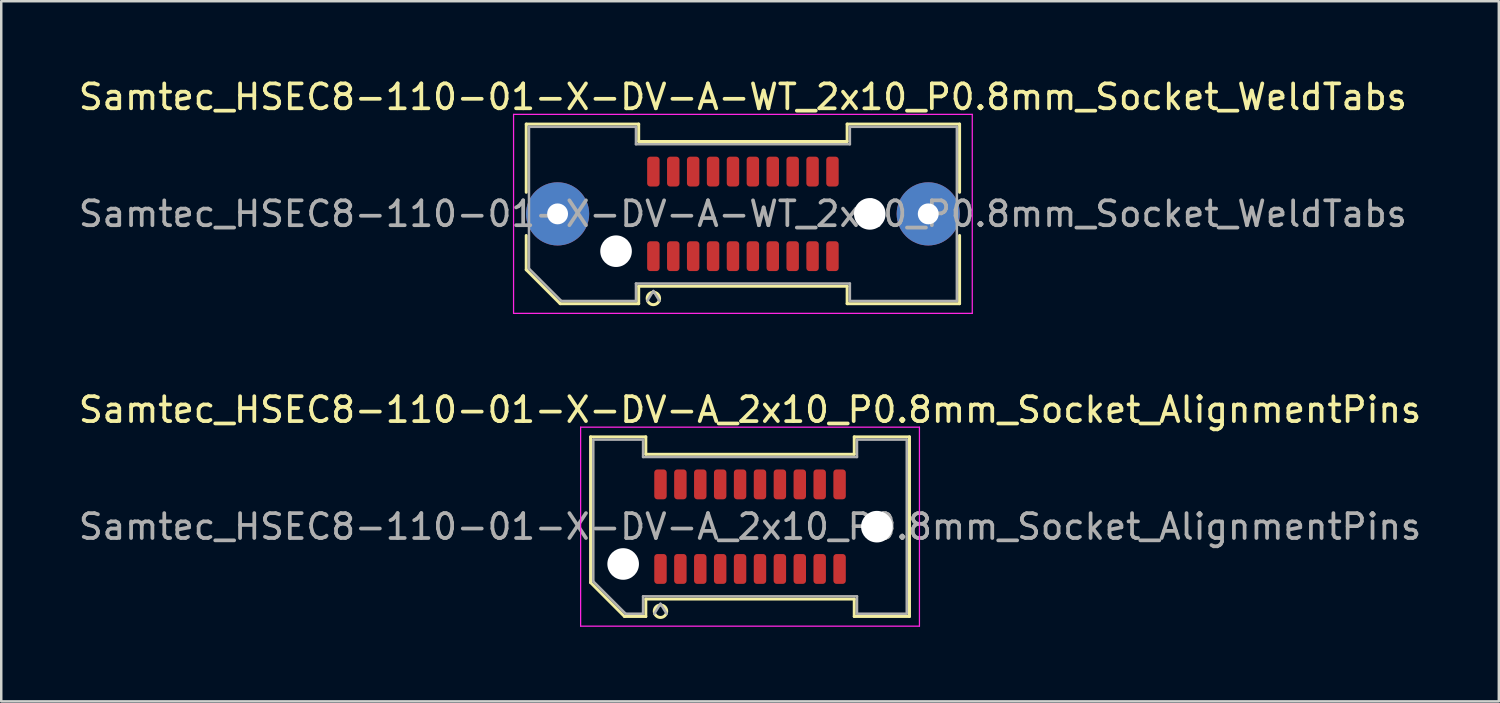
<source format=kicad_pcb>
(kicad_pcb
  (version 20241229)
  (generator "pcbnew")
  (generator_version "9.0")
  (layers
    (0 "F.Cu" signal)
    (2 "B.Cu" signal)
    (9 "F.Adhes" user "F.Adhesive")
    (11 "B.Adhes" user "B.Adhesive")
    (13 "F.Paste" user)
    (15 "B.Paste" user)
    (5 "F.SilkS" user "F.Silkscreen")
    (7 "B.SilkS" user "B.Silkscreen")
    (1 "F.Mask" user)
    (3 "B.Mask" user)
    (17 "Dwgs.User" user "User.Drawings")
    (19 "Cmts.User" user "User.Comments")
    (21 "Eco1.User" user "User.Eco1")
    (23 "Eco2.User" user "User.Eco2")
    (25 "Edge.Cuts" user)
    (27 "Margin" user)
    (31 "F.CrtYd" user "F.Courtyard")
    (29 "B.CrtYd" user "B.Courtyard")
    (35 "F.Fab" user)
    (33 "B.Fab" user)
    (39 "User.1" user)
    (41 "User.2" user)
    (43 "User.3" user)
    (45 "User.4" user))
  (footprint "Samtec_HSEC8-110-01-X-DV-A-WT_2x10_P0.8mm_Socket_WeldTabs"
    (layer "F.Cu")
    (at 26.815 5.548)
    (property "Reference" "Samtec_HSEC8-110-01-X-DV-A-WT_2x10_P0.8mm_Socket_WeldTabs" (at 0 -4.7 0) (layer "F.SilkS") (effects (font (size 1 1) (thickness 0.15))))
    (attr smd)
    (fp_line (start -8.71 -3.61) (end -4.19 -3.61) (stroke (width 0.12) (type solid)) (layer "F.SilkS"))
    (fp_line (start -8.71 -0.868) (end -8.71 -3.61) (stroke (width 0.12) (type solid)) (layer "F.SilkS"))
    (fp_line (start -8.71 2.246) (end -8.71 0.868) (stroke (width 0.12) (type solid)) (layer "F.SilkS"))
    (fp_line (start -7.346 3.61) (end -8.71 2.246) (stroke (width 0.12) (type solid)) (layer "F.SilkS"))
    (fp_line (start -4.19 -3.61) (end -4.19 -2.91) (stroke (width 0.12) (type solid)) (layer "F.SilkS"))
    (fp_line (start -4.19 -2.91) (end 4.19 -2.91) (stroke (width 0.12) (type solid)) (layer "F.SilkS"))
    (fp_line (start -4.19 2.91) (end -4.19 3.61) (stroke (width 0.12) (type solid)) (layer "F.SilkS"))
    (fp_line (start -4.19 3.61) (end -7.346 3.61) (stroke (width 0.12) (type solid)) (layer "F.SilkS"))
    (fp_line (start 4.19 -3.61) (end 8.71 -3.61) (stroke (width 0.12) (type solid)) (layer "F.SilkS"))
    (fp_line (start 4.19 -2.91) (end 4.19 -3.61) (stroke (width 0.12) (type solid)) (layer "F.SilkS"))
    (fp_line (start 4.19 2.91) (end -4.19 2.91) (stroke (width 0.12) (type solid)) (layer "F.SilkS"))
    (fp_line (start 4.19 3.61) (end 4.19 2.91) (stroke (width 0.12) (type solid)) (layer "F.SilkS"))
    (fp_line (start 8.71 -3.61) (end 8.71 -0.868) (stroke (width 0.12) (type solid)) (layer "F.SilkS"))
    (fp_line (start 8.71 0.868) (end 8.71 3.61) (stroke (width 0.12) (type solid)) (layer "F.SilkS"))
    (fp_line (start 8.71 3.61) (end 4.19 3.61) (stroke (width 0.12) (type solid)) (layer "F.SilkS"))
    (fp_arc (start -3.35 3.4) (mid -3.85 3.4) (end -3.35 3.4) (stroke (width 0.12) (type solid)) (layer "F.SilkS"))
    (fp_line (start -9.22 -4) (end -9.22 4) (stroke (width 0.05) (type solid)) (layer "F.CrtYd"))
    (fp_line (start -9.22 4) (end 9.22 4) (stroke (width 0.05) (type solid)) (layer "F.CrtYd"))
    (fp_line (start 9.22 -4) (end -9.22 -4) (stroke (width 0.05) (type solid)) (layer "F.CrtYd"))
    (fp_line (start 9.22 4) (end 9.22 -4) (stroke (width 0.05) (type solid)) (layer "F.CrtYd"))
    (fp_line (start -8.6 -3.5) (end -4.3 -3.5) (stroke (width 0.1) (type solid)) (layer "F.Fab"))
    (fp_line (start -8.6 2.2) (end -8.6 -3.5) (stroke (width 0.1) (type solid)) (layer "F.Fab"))
    (fp_line (start -7.3 3.5) (end -8.6 2.2) (stroke (width 0.1) (type solid)) (layer "F.Fab"))
    (fp_line (start -4.3 -3.5) (end -4.3 -2.8) (stroke (width 0.1) (type solid)) (layer "F.Fab"))
    (fp_line (start -4.3 -2.8) (end 4.3 -2.8) (stroke (width 0.1) (type solid)) (layer "F.Fab"))
    (fp_line (start -4.3 2.8) (end -4.3 3.5) (stroke (width 0.1) (type solid)) (layer "F.Fab"))
    (fp_line (start -4.3 3.5) (end -7.3 3.5) (stroke (width 0.1) (type solid)) (layer "F.Fab"))
    (fp_line (start -3.6 3.1) (end -3.85 3.5) (stroke (width 0.1) (type solid)) (layer "F.Fab"))
    (fp_line (start -3.6 3.1) (end -3.35 3.5) (stroke (width 0.1) (type solid)) (layer "F.Fab"))
    (fp_line (start 4.3 -3.5) (end 8.6 -3.5) (stroke (width 0.1) (type solid)) (layer "F.Fab"))
    (fp_line (start 4.3 -2.8) (end 4.3 -3.5) (stroke (width 0.1) (type solid)) (layer "F.Fab"))
    (fp_line (start 4.3 2.8) (end -4.3 2.8) (stroke (width 0.1) (type solid)) (layer "F.Fab"))
    (fp_line (start 4.3 3.5) (end 4.3 2.8) (stroke (width 0.1) (type solid)) (layer "F.Fab"))
    (fp_line (start 8.6 -3.5) (end 8.6 3.5) (stroke (width 0.1) (type solid)) (layer "F.Fab"))
    (fp_line (start 8.6 3.5) (end 4.3 3.5) (stroke (width 0.1) (type solid)) (layer "F.Fab"))
    (fp_text user "${REFERENCE}" (at 0 0 0) (layer "F.Fab") (effects (font (size 1 1) (thickness 0.15))))
    (pad "" thru_hole circle (at -7.45 0) (size 2.54 2.54) (drill 0.84) (layers "*.Cu" "*.Mask" "F.Paste"))
    (pad "" np_thru_hole circle (at -5.1 1.5) (size 1.27 1.27) (drill 1.27) (layers "*.Cu" "*.Mask"))
    (pad "" np_thru_hole circle (at 5.1 0) (size 1.27 1.27) (drill 1.27) (layers "*.Cu" "*.Mask"))
    (pad "" thru_hole circle (at 7.45 0) (size 2.54 2.54) (drill 0.84) (layers "*.Cu" "*.Mask" "F.Paste"))
    (pad "1" smd roundrect (at -3.6 1.7) (size 0.5 1.2) (layers "F.Cu" "F.Mask" "F.Paste") (roundrect_rratio 0.25))
    (pad "2" smd roundrect (at -3.6 -1.7) (size 0.5 1.2) (layers "F.Cu" "F.Mask" "F.Paste") (roundrect_rratio 0.25))
    (pad "3" smd roundrect (at -2.8 1.7) (size 0.5 1.2) (layers "F.Cu" "F.Mask" "F.Paste") (roundrect_rratio 0.25))
    (pad "4" smd roundrect (at -2.8 -1.7) (size 0.5 1.2) (layers "F.Cu" "F.Mask" "F.Paste") (roundrect_rratio 0.25))
    (pad "5" smd roundrect (at -2 1.7) (size 0.5 1.2) (layers "F.Cu" "F.Mask" "F.Paste") (roundrect_rratio 0.25))
    (pad "6" smd roundrect (at -2 -1.7) (size 0.5 1.2) (layers "F.Cu" "F.Mask" "F.Paste") (roundrect_rratio 0.25))
    (pad "7" smd roundrect (at -1.2 1.7) (size 0.5 1.2) (layers "F.Cu" "F.Mask" "F.Paste") (roundrect_rratio 0.25))
    (pad "8" smd roundrect (at -1.2 -1.7) (size 0.5 1.2) (layers "F.Cu" "F.Mask" "F.Paste") (roundrect_rratio 0.25))
    (pad "9" smd roundrect (at -0.4 1.7) (size 0.5 1.2) (layers "F.Cu" "F.Mask" "F.Paste") (roundrect_rratio 0.25))
    (pad "10" smd roundrect (at -0.4 -1.7) (size 0.5 1.2) (layers "F.Cu" "F.Mask" "F.Paste") (roundrect_rratio 0.25))
    (pad "11" smd roundrect (at 0.4 1.7) (size 0.5 1.2) (layers "F.Cu" "F.Mask" "F.Paste") (roundrect_rratio 0.25))
    (pad "12" smd roundrect (at 0.4 -1.7) (size 0.5 1.2) (layers "F.Cu" "F.Mask" "F.Paste") (roundrect_rratio 0.25))
    (pad "13" smd roundrect (at 1.2 1.7) (size 0.5 1.2) (layers "F.Cu" "F.Mask" "F.Paste") (roundrect_rratio 0.25))
    (pad "14" smd roundrect (at 1.2 -1.7) (size 0.5 1.2) (layers "F.Cu" "F.Mask" "F.Paste") (roundrect_rratio 0.25))
    (pad "15" smd roundrect (at 2 1.7) (size 0.5 1.2) (layers "F.Cu" "F.Mask" "F.Paste") (roundrect_rratio 0.25))
    (pad "16" smd roundrect (at 2 -1.7) (size 0.5 1.2) (layers "F.Cu" "F.Mask" "F.Paste") (roundrect_rratio 0.25))
    (pad "17" smd roundrect (at 2.8 1.7) (size 0.5 1.2) (layers "F.Cu" "F.Mask" "F.Paste") (roundrect_rratio 0.25))
    (pad "18" smd roundrect (at 2.8 -1.7) (size 0.5 1.2) (layers "F.Cu" "F.Mask" "F.Paste") (roundrect_rratio 0.25))
    (pad "19" smd roundrect (at 3.6 1.7) (size 0.5 1.2) (layers "F.Cu" "F.Mask" "F.Paste") (roundrect_rratio 0.25))
    (pad "20" smd roundrect (at 3.6 -1.7) (size 0.5 1.2) (layers "F.Cu" "F.Mask" "F.Paste") (roundrect_rratio 0.25)))
  (footprint "Samtec_HSEC8-110-01-X-DV-A_2x10_P0.8mm_Socket_AlignmentPins"
    (layer "F.Cu")
    (at 27.101 18.122)
    (property "Reference" "Samtec_HSEC8-110-01-X-DV-A_2x10_P0.8mm_Socket_AlignmentPins" (at 0 -4.7 0) (layer "F.SilkS") (effects (font (size 1 1) (thickness 0.15))))
    (attr smd)
    (fp_line (start -6.41 -3.61) (end -4.19 -3.61) (stroke (width 0.12) (type solid)) (layer "F.SilkS"))
    (fp_line (start -6.41 2.246) (end -6.41 -3.61) (stroke (width 0.12) (type solid)) (layer "F.SilkS"))
    (fp_line (start -5.046 3.61) (end -6.41 2.246) (stroke (width 0.12) (type solid)) (layer "F.SilkS"))
    (fp_line (start -4.19 -3.61) (end -4.19 -2.91) (stroke (width 0.12) (type solid)) (layer "F.SilkS"))
    (fp_line (start -4.19 -2.91) (end 4.19 -2.91) (stroke (width 0.12) (type solid)) (layer "F.SilkS"))
    (fp_line (start -4.19 2.91) (end -4.19 3.61) (stroke (width 0.12) (type solid)) (layer "F.SilkS"))
    (fp_line (start -4.19 3.61) (end -5.046 3.61) (stroke (width 0.12) (type solid)) (layer "F.SilkS"))
    (fp_line (start 4.19 -3.61) (end 6.41 -3.61) (stroke (width 0.12) (type solid)) (layer "F.SilkS"))
    (fp_line (start 4.19 -2.91) (end 4.19 -3.61) (stroke (width 0.12) (type solid)) (layer "F.SilkS"))
    (fp_line (start 4.19 2.91) (end -4.19 2.91) (stroke (width 0.12) (type solid)) (layer "F.SilkS"))
    (fp_line (start 4.19 3.61) (end 4.19 2.91) (stroke (width 0.12) (type solid)) (layer "F.SilkS"))
    (fp_line (start 6.41 -3.61) (end 6.41 3.61) (stroke (width 0.12) (type solid)) (layer "F.SilkS"))
    (fp_line (start 6.41 3.61) (end 4.19 3.61) (stroke (width 0.12) (type solid)) (layer "F.SilkS"))
    (fp_arc (start -3.35 3.4) (mid -3.85 3.4) (end -3.35 3.4) (stroke (width 0.12) (type solid)) (layer "F.SilkS"))
    (fp_line (start -6.81 -4) (end -6.81 4) (stroke (width 0.05) (type solid)) (layer "F.CrtYd"))
    (fp_line (start -6.81 4) (end 6.81 4) (stroke (width 0.05) (type solid)) (layer "F.CrtYd"))
    (fp_line (start 6.81 -4) (end -6.81 -4) (stroke (width 0.05) (type solid)) (layer "F.CrtYd"))
    (fp_line (start 6.81 4) (end 6.81 -4) (stroke (width 0.05) (type solid)) (layer "F.CrtYd"))
    (fp_line (start -6.3 -3.5) (end -4.3 -3.5) (stroke (width 0.1) (type solid)) (layer "F.Fab"))
    (fp_line (start -6.3 2.2) (end -6.3 -3.5) (stroke (width 0.1) (type solid)) (layer "F.Fab"))
    (fp_line (start -5 3.5) (end -6.3 2.2) (stroke (width 0.1) (type solid)) (layer "F.Fab"))
    (fp_line (start -4.3 -3.5) (end -4.3 -2.8) (stroke (width 0.1) (type solid)) (layer "F.Fab"))
    (fp_line (start -4.3 -2.8) (end 4.3 -2.8) (stroke (width 0.1) (type solid)) (layer "F.Fab"))
    (fp_line (start -4.3 2.8) (end -4.3 3.5) (stroke (width 0.1) (type solid)) (layer "F.Fab"))
    (fp_line (start -4.3 3.5) (end -5 3.5) (stroke (width 0.1) (type solid)) (layer "F.Fab"))
    (fp_line (start -3.6 3.1) (end -3.85 3.5) (stroke (width 0.1) (type solid)) (layer "F.Fab"))
    (fp_line (start -3.6 3.1) (end -3.35 3.5) (stroke (width 0.1) (type solid)) (layer "F.Fab"))
    (fp_line (start 4.3 -3.5) (end 6.3 -3.5) (stroke (width 0.1) (type solid)) (layer "F.Fab"))
    (fp_line (start 4.3 -2.8) (end 4.3 -3.5) (stroke (width 0.1) (type solid)) (layer "F.Fab"))
    (fp_line (start 4.3 2.8) (end -4.3 2.8) (stroke (width 0.1) (type solid)) (layer "F.Fab"))
    (fp_line (start 4.3 3.5) (end 4.3 2.8) (stroke (width 0.1) (type solid)) (layer "F.Fab"))
    (fp_line (start 6.3 -3.5) (end 6.3 3.5) (stroke (width 0.1) (type solid)) (layer "F.Fab"))
    (fp_line (start 6.3 3.5) (end 4.3 3.5) (stroke (width 0.1) (type solid)) (layer "F.Fab"))
    (fp_text user "${REFERENCE}" (at 0 0 0) (layer "F.Fab") (effects (font (size 1 1) (thickness 0.15))))
    (pad "" np_thru_hole circle (at -5.1 1.5) (size 1.27 1.27) (drill 1.27) (layers "*.Cu" "*.Mask"))
    (pad "" np_thru_hole circle (at 5.1 0) (size 1.27 1.27) (drill 1.27) (layers "*.Cu" "*.Mask"))
    (pad "1" smd roundrect (at -3.6 1.7) (size 0.5 1.2) (layers "F.Cu" "F.Mask" "F.Paste") (roundrect_rratio 0.25))
    (pad "2" smd roundrect (at -3.6 -1.7) (size 0.5 1.2) (layers "F.Cu" "F.Mask" "F.Paste") (roundrect_rratio 0.25))
    (pad "3" smd roundrect (at -2.8 1.7) (size 0.5 1.2) (layers "F.Cu" "F.Mask" "F.Paste") (roundrect_rratio 0.25))
    (pad "4" smd roundrect (at -2.8 -1.7) (size 0.5 1.2) (layers "F.Cu" "F.Mask" "F.Paste") (roundrect_rratio 0.25))
    (pad "5" smd roundrect (at -2 1.7) (size 0.5 1.2) (layers "F.Cu" "F.Mask" "F.Paste") (roundrect_rratio 0.25))
    (pad "6" smd roundrect (at -2 -1.7) (size 0.5 1.2) (layers "F.Cu" "F.Mask" "F.Paste") (roundrect_rratio 0.25))
    (pad "7" smd roundrect (at -1.2 1.7) (size 0.5 1.2) (layers "F.Cu" "F.Mask" "F.Paste") (roundrect_rratio 0.25))
    (pad "8" smd roundrect (at -1.2 -1.7) (size 0.5 1.2) (layers "F.Cu" "F.Mask" "F.Paste") (roundrect_rratio 0.25))
    (pad "9" smd roundrect (at -0.4 1.7) (size 0.5 1.2) (layers "F.Cu" "F.Mask" "F.Paste") (roundrect_rratio 0.25))
    (pad "10" smd roundrect (at -0.4 -1.7) (size 0.5 1.2) (layers "F.Cu" "F.Mask" "F.Paste") (roundrect_rratio 0.25))
    (pad "11" smd roundrect (at 0.4 1.7) (size 0.5 1.2) (layers "F.Cu" "F.Mask" "F.Paste") (roundrect_rratio 0.25))
    (pad "12" smd roundrect (at 0.4 -1.7) (size 0.5 1.2) (layers "F.Cu" "F.Mask" "F.Paste") (roundrect_rratio 0.25))
    (pad "13" smd roundrect (at 1.2 1.7) (size 0.5 1.2) (layers "F.Cu" "F.Mask" "F.Paste") (roundrect_rratio 0.25))
    (pad "14" smd roundrect (at 1.2 -1.7) (size 0.5 1.2) (layers "F.Cu" "F.Mask" "F.Paste") (roundrect_rratio 0.25))
    (pad "15" smd roundrect (at 2 1.7) (size 0.5 1.2) (layers "F.Cu" "F.Mask" "F.Paste") (roundrect_rratio 0.25))
    (pad "16" smd roundrect (at 2 -1.7) (size 0.5 1.2) (layers "F.Cu" "F.Mask" "F.Paste") (roundrect_rratio 0.25))
    (pad "17" smd roundrect (at 2.8 1.7) (size 0.5 1.2) (layers "F.Cu" "F.Mask" "F.Paste") (roundrect_rratio 0.25))
    (pad "18" smd roundrect (at 2.8 -1.7) (size 0.5 1.2) (layers "F.Cu" "F.Mask" "F.Paste") (roundrect_rratio 0.25))
    (pad "19" smd roundrect (at 3.6 1.7) (size 0.5 1.2) (layers "F.Cu" "F.Mask" "F.Paste") (roundrect_rratio 0.25))
    (pad "20" smd roundrect (at 3.6 -1.7) (size 0.5 1.2) (layers "F.Cu" "F.Mask" "F.Paste") (roundrect_rratio 0.25)))
  (gr_rect
    (start -3 -3)
    (end 57.202 25.146)
    (stroke (width 0.1) (type default))
    (fill no)
    (layer "Edge.Cuts")))
</source>
